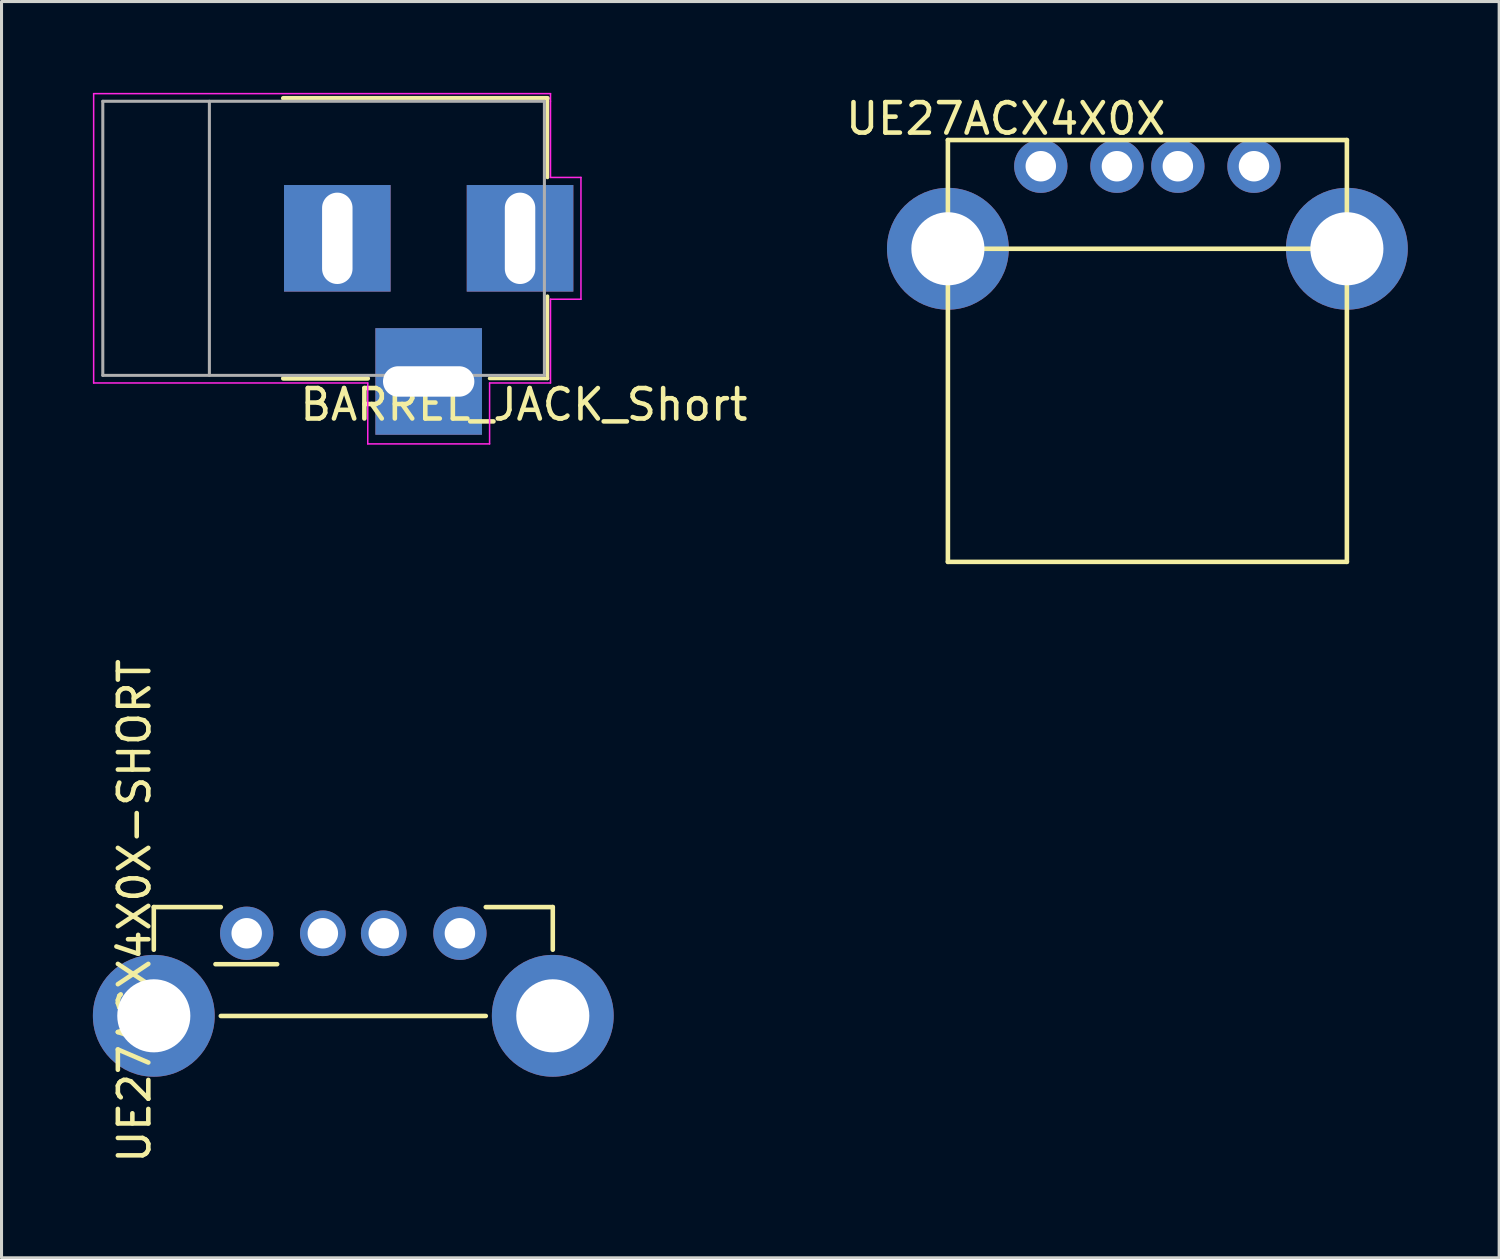
<source format=kicad_pcb>
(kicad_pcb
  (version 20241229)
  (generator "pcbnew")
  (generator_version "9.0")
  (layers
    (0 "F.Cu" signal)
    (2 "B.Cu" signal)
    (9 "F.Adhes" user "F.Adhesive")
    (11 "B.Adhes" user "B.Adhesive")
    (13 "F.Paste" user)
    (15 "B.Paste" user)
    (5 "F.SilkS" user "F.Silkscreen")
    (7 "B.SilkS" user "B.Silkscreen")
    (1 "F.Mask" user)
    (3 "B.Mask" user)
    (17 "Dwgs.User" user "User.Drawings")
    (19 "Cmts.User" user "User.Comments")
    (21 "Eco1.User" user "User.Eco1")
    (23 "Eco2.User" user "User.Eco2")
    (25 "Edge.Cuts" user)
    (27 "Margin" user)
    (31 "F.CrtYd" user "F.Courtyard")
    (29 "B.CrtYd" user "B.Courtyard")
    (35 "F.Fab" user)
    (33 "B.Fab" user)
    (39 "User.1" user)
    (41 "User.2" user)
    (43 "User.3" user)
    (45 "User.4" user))
  (footprint "UE27ACX4X0X"
    (layer "F.Cu")
    (at 28.073 1.548)
    (property "Reference" "UE27ACX4X0X" (at 1.9 -0.7 0) (layer "F.SilkS") (effects (font (size 1 1) (thickness 0.15))))
    (attr through_hole)
    (fp_line (start 0 0) (end 13.1 0) (stroke (width 0.15) (type solid)) (layer "F.SilkS"))
    (fp_line (start 0 3.57) (end 13.1 3.57) (stroke (width 0.15) (type solid)) (layer "F.SilkS"))
    (fp_line (start 0 13.85) (end 0 0) (stroke (width 0.15) (type solid)) (layer "F.SilkS"))
    (fp_line (start 13.1 0) (end 13.1 13.85) (stroke (width 0.15) (type solid)) (layer "F.SilkS"))
    (fp_line (start 13.1 13.85) (end 0 13.85) (stroke (width 0.15) (type solid)) (layer "F.SilkS"))
    (pad "1" thru_hole circle (at 3.05 0.86) (size 1.75 1.75) (drill 1) (layers "*.Cu" "*.Mask"))
    (pad "2" thru_hole circle (at 5.55 0.86) (size 1.75 1.75) (drill 1) (layers "*.Cu" "*.Mask"))
    (pad "3" thru_hole circle (at 7.55 0.86) (size 1.75 1.75) (drill 1) (layers "*.Cu" "*.Mask"))
    (pad "4" thru_hole circle (at 10.05 0.86) (size 1.75 1.75) (drill 1) (layers "*.Cu" "*.Mask"))
    (pad "5" thru_hole circle (at 0 3.57) (size 4 4) (drill 2.4) (layers "*.Cu" "*.Mask"))
    (pad "5" thru_hole circle (at 13.1 3.57) (size 4 4) (drill 2.4) (layers "*.Cu" "*.Mask")))
  (footprint "UE27ACX4X0X-SHORT"
    (layer "F.Cu")
    (at 2 26.733)
    (property "Reference" "UE27ACX4X0X-SHORT" (at -0.635 0.127 270) (layer "F.SilkS") (effects (font (size 1 1) (thickness 0.15))))
    (attr through_hole)
    (fp_line (start 0 0) (end 2.2 0) (stroke (width 0.15) (type solid)) (layer "F.SilkS"))
    (fp_line (start 0 1.4) (end 0 0) (stroke (width 0.15) (type solid)) (layer "F.SilkS"))
    (fp_line (start 2.025 1.875) (end 4.05 1.875) (stroke (width 0.15) (type solid)) (layer "F.SilkS"))
    (fp_line (start 2.2 3.575) (end 10.9 3.575) (stroke (width 0.15) (type solid)) (layer "F.SilkS"))
    (fp_line (start 10.9 0) (end 13.1 0) (stroke (width 0.15) (type solid)) (layer "F.SilkS"))
    (fp_line (start 13.1 0) (end 13.1 1.4) (stroke (width 0.15) (type solid)) (layer "F.SilkS"))
    (pad "1" thru_hole circle (at 3.05 0.86) (size 1.75 1.75) (drill 1) (layers "*.Cu" "*.Mask"))
    (pad "2" thru_hole circle (at 5.55 0.86) (size 1.5 1.5) (drill 1) (layers "*.Cu" "*.Mask"))
    (pad "3" thru_hole circle (at 7.55 0.86) (size 1.5 1.5) (drill 1) (layers "*.Cu" "*.Mask"))
    (pad "4" thru_hole circle (at 10.05 0.86) (size 1.75 1.75) (drill 1) (layers "*.Cu" "*.Mask"))
    (pad "5" thru_hole circle (at 0 3.57) (size 4 4) (drill 2.4) (layers "*.Cu" "*.Mask"))
    (pad "5" thru_hole circle (at 13.1 3.57) (size 4 4) (drill 2.4) (layers "*.Cu" "*.Mask")))
  (footprint "BARREL_JACK_Short"
    (layer "F.Cu")
    (at 14.025 4.775)
    (property "Reference" "BARREL_JACK_Short" (at 0.127 5.461 0) (layer "F.SilkS") (effects (font (size 1 1) (thickness 0.15))))
    (attr through_hole)
    (fp_line (start -7.775 4.6) (end -5 4.6) (stroke (width 0.15) (type solid)) (layer "F.SilkS"))
    (fp_line (start 0.9 -4.6) (end -7.775 -4.6) (stroke (width 0.15) (type solid)) (layer "F.SilkS"))
    (fp_line (start 0.9 -4.6) (end 0.9 -2) (stroke (width 0.12) (type solid)) (layer "F.SilkS"))
    (fp_line (start 0.9 1.9) (end 0.9 4.6) (stroke (width 0.12) (type solid)) (layer "F.SilkS"))
    (fp_line (start 0.9 4.6) (end -1 4.6) (stroke (width 0.12) (type solid)) (layer "F.SilkS"))
    (fp_line (start -14 4.75) (end -14 -4.75) (stroke (width 0.05) (type solid)) (layer "F.CrtYd"))
    (fp_line (start -5 4.75) (end -14 4.75) (stroke (width 0.05) (type solid)) (layer "F.CrtYd"))
    (fp_line (start -5 6.75) (end -5 4.75) (stroke (width 0.05) (type solid)) (layer "F.CrtYd"))
    (fp_line (start -1 4.75) (end -1 6.75) (stroke (width 0.05) (type solid)) (layer "F.CrtYd"))
    (fp_line (start -1 6.75) (end -5 6.75) (stroke (width 0.05) (type solid)) (layer "F.CrtYd"))
    (fp_line (start 1 -4.75) (end -14 -4.75) (stroke (width 0.05) (type solid)) (layer "F.CrtYd"))
    (fp_line (start 1 -4.5) (end 1 -4.75) (stroke (width 0.05) (type solid)) (layer "F.CrtYd"))
    (fp_line (start 1 -4.5) (end 1 -2) (stroke (width 0.05) (type solid)) (layer "F.CrtYd"))
    (fp_line (start 1 -2) (end 2 -2) (stroke (width 0.05) (type solid)) (layer "F.CrtYd"))
    (fp_line (start 1 2) (end 1 4.75) (stroke (width 0.05) (type solid)) (layer "F.CrtYd"))
    (fp_line (start 1 4.75) (end -1 4.75) (stroke (width 0.05) (type solid)) (layer "F.CrtYd"))
    (fp_line (start 2 -2) (end 2 2) (stroke (width 0.05) (type solid)) (layer "F.CrtYd"))
    (fp_line (start 2 2) (end 1 2) (stroke (width 0.05) (type solid)) (layer "F.CrtYd"))
    (fp_line (start -13.7 -4.5) (end -13.7 4.5) (stroke (width 0.1) (type solid)) (layer "F.Fab"))
    (fp_line (start -13.7 4.5) (end 0.8 4.5) (stroke (width 0.1) (type solid)) (layer "F.Fab"))
    (fp_line (start -10.2 -4.5) (end -10.2 4.5) (stroke (width 0.1) (type solid)) (layer "F.Fab"))
    (fp_line (start 0.8 -4.5) (end -13.7 -4.5) (stroke (width 0.1) (type solid)) (layer "F.Fab"))
    (fp_line (start 0.8 4.5) (end 0.8 -4.5) (stroke (width 0.1) (type solid)) (layer "F.Fab"))
    (pad "1" thru_hole rect (at 0 0) (size 3.5 3.5) (drill oval 1 3) (layers "*.Cu" "*.Mask"))
    (pad "2" thru_hole rect (at -6 0) (size 3.5 3.5) (drill oval 1 3) (layers "*.Cu" "*.Mask"))
    (pad "3" thru_hole rect (at -3 4.7) (size 3.5 3.5) (drill oval 3 1) (layers "*.Cu" "*.Mask")))
  (gr_rect
    (start -3 -3)
    (end 46.173 38.247)
    (stroke (width 0.1) (type default))
    (fill no)
    (layer "Edge.Cuts")))
</source>
